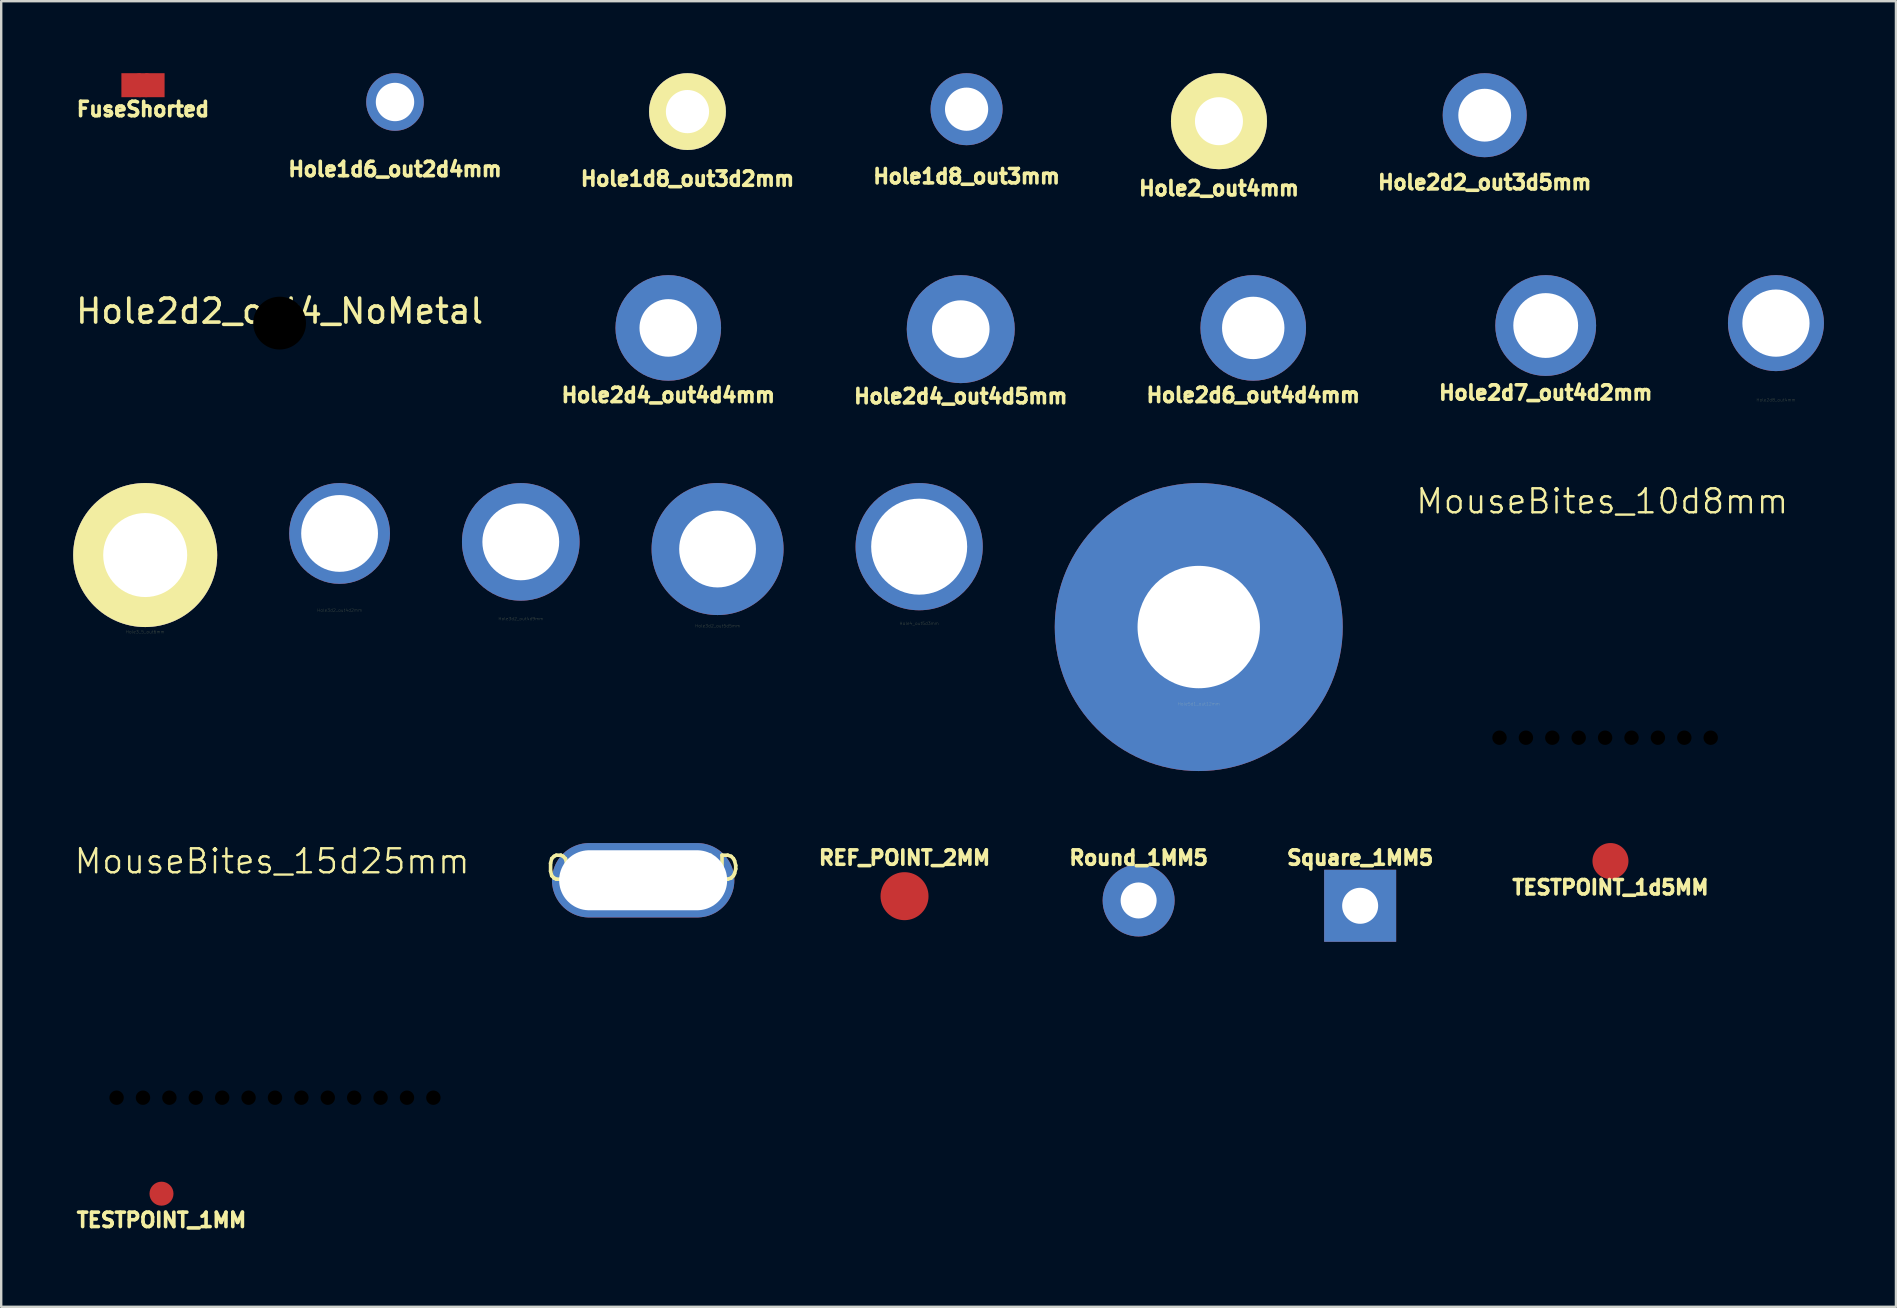
<source format=kicad_pcb>
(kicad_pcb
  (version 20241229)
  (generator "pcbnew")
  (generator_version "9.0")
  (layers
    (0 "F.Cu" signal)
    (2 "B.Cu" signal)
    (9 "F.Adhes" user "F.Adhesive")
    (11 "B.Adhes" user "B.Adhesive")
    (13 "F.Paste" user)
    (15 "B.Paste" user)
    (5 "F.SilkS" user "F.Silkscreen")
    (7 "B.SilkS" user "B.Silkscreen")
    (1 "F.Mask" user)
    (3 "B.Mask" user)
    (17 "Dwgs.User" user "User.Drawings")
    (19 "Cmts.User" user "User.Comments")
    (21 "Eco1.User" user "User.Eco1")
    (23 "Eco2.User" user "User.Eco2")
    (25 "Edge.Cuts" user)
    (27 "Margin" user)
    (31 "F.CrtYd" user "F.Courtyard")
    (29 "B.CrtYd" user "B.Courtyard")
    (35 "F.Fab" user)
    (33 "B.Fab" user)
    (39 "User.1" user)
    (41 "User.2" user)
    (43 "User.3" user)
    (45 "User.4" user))
  (footprint "Hole2d4_out4d5mm"
    (layer "F.Cu")
    (at 36.983 10.664)
    (property "Reference" "Hole2d4_out4d5mm" (at 0 2.8 0) (layer "F.SilkS") (effects (font (size 0.6 0.6) (thickness 0.15))))
    (attr through_hole)
    (pad "H" thru_hole circle (at 0 0) (size 4.5 4.5) (drill 2.4) (layers "*.Cu" "*.Mask")))
  (footprint "TESTPOINT_1MM"
    (layer "F.Cu")
    (at 3.679 46.689)
    (property "Reference" "TESTPOINT_1MM" (at 0 1.1 0) (layer "F.SilkS") (effects (font (size 0.6 0.6) (thickness 0.15))))
    (attr through_hole)
    (pad "1" smd circle (at 0 0) (size 1 1) (layers "F.Cu" "F.Mask")))
  (footprint "MouseBites_15d25mm"
    (layer "F.Cu")
    (at 8.408 42.689)
    (property "Reference" "MouseBites_15d25mm" (at -0.12 -9.85 0) (unlocked yes) (layer "F.SilkS") (effects (font (size 1 1) (thickness 0.1))))
    (pad "" np_thru_hole circle (at -6.6 0) (size 1 1) (drill 0.6) (layers "*.Mask"))
    (pad "" np_thru_hole circle (at -5.5 0) (size 1 1) (drill 0.6) (layers "*.Mask"))
    (pad "" np_thru_hole circle (at -4.4 0) (size 1 1) (drill 0.6) (layers "*.Mask"))
    (pad "" np_thru_hole circle (at -3.3 0) (size 1 1) (drill 0.6) (layers "*.Mask"))
    (pad "" np_thru_hole circle (at -2.2 0) (size 1 1) (drill 0.6) (layers "*.Mask"))
    (pad "" np_thru_hole circle (at -1.1 0) (size 1 1) (drill 0.6) (layers "*.Mask"))
    (pad "" np_thru_hole circle (at 0 0) (size 1 1) (drill 0.6) (layers "*.Mask"))
    (pad "" np_thru_hole circle (at 1.1 0) (size 1 1) (drill 0.6) (layers "*.Mask"))
    (pad "" np_thru_hole circle (at 2.2 0) (size 1 1) (drill 0.6) (layers "*.Mask"))
    (pad "" np_thru_hole circle (at 3.3 0) (size 1 1) (drill 0.6) (layers "*.Mask"))
    (pad "" np_thru_hole circle (at 4.4 0) (size 1 1) (drill 0.6) (layers "*.Mask"))
    (pad "" np_thru_hole circle (at 5.5 0) (size 1 1) (drill 0.6) (layers "*.Mask"))
    (pad "" np_thru_hole circle (at 6.6 0) (size 1 1) (drill 0.6) (layers "*.Mask")))
  (footprint "Hole2d8_out4mm"
    (layer "F.Cu")
    (at 70.951 10.414)
    (property "Reference" "Hole2d8_out4mm" (at 0 3.2 0) (layer "F.SilkS") (effects (font (size 0.127 0.127) (thickness 0.003))))
    (attr through_hole)
    (pad "H" thru_hole circle (at 0 0) (size 4 4) (drill 2.8) (layers "*.Cu" "*.Mask")))
  (footprint "Hole1d8_out3d2mm"
    (layer "F.Cu")
    (at 25.596 1.6)
    (property "Reference" "Hole1d8_out3d2mm" (at 0 2.8 0) (layer "F.SilkS") (effects (font (size 0.6 0.6) (thickness 0.15))))
    (attr through_hole)
    (pad "H" thru_hole circle (at 0 0) (size 3.2 3.2) (drill 1.8) (layers "*.Cu" "*.Mask" "F.SilkS")))
  (footprint "Hole2d6_out4d4mm"
    (layer "F.Cu")
    (at 49.17 10.614)
    (property "Reference" "Hole2d6_out4d4mm" (at 0 2.8 0) (layer "F.SilkS") (effects (font (size 0.6 0.6) (thickness 0.15))))
    (attr through_hole)
    (pad "H" thru_hole circle (at 0 0) (size 4.4 4.4) (drill 2.6) (layers "*.Cu" "*.Mask")))
  (footprint "Hole2_out4mm"
    (layer "F.Cu")
    (at 47.742 2)
    (property "Reference" "Hole2_out4mm" (at 0 2.8 0) (layer "F.SilkS") (effects (font (size 0.6 0.6) (thickness 0.15))))
    (attr through_hole)
    (pad "H" thru_hole circle (at 0 0) (size 4 4) (drill 2) (layers "*.Cu" "*.Mask" "F.SilkS")))
  (footprint "Square_1MM5"
    (layer "F.Cu")
    (at 53.625 34.693)
    (property "Reference" "Square_1MM5" (at 0 -2 0) (layer "F.SilkS") (effects (font (size 0.6 0.6) (thickness 0.15))))
    (attr through_hole)
    (pad "1" thru_hole rect (at 0 0) (size 3 3) (drill 1.5) (layers "*.Cu" "*.Mask")))
  (footprint "MouseBites_10d8mm"
    (layer "F.Cu")
    (at 63.832 27.689)
    (property "Reference" "MouseBites_10d8mm" (at -0.12 -9.85 0) (unlocked yes) (layer "F.SilkS") (effects (font (size 1 1) (thickness 0.1))))
    (pad "" np_thru_hole circle (at -4.4 0) (size 1 1) (drill 0.6) (layers "*.Mask"))
    (pad "" np_thru_hole circle (at -3.3 0) (size 1 1) (drill 0.6) (layers "*.Mask"))
    (pad "" np_thru_hole circle (at -2.2 0) (size 1 1) (drill 0.6) (layers "*.Mask"))
    (pad "" np_thru_hole circle (at -1.1 0) (size 1 1) (drill 0.6) (layers "*.Mask"))
    (pad "" np_thru_hole circle (at 0 0) (size 1 1) (drill 0.6) (layers "*.Mask"))
    (pad "" np_thru_hole circle (at 1.1 0) (size 1 1) (drill 0.6) (layers "*.Mask"))
    (pad "" np_thru_hole circle (at 2.2 0) (size 1 1) (drill 0.6) (layers "*.Mask"))
    (pad "" np_thru_hole circle (at 3.3 0) (size 1 1) (drill 0.6) (layers "*.Mask"))
    (pad "" np_thru_hole circle (at 4.4 0) (size 1 1) (drill 0.6) (layers "*.Mask")))
  (footprint "Hole4_out5d3mm"
    (layer "F.Cu")
    (at 35.25 19.729)
    (property "Reference" "Hole4_out5d3mm" (at 0 3.2 0) (layer "F.SilkS") (effects (font (size 0.127 0.127) (thickness 0.003))))
    (attr through_hole)
    (pad "H" thru_hole circle (at 0 0) (size 5.3 5.3) (drill 4) (layers "*.Cu" "*.Mask")))
  (footprint "TESTPOINT_1d5MM"
    (layer "F.Cu")
    (at 64.055 32.828)
    (property "Reference" "TESTPOINT_1d5MM" (at 0 1.1 0) (layer "F.SilkS") (effects (font (size 0.6 0.6) (thickness 0.15))))
    (attr through_hole)
    (pad "1" smd circle (at 0 0) (size 1.5 1.5) (layers "F.Cu" "F.Mask")))
  (footprint "Hole3_5_out6mm"
    (layer "F.Cu")
    (at 3 20.078)
    (property "Reference" "Hole3_5_out6mm" (at 0 3.2 0) (layer "F.SilkS") (effects (font (size 0.127 0.127) (thickness 0.003))))
    (attr through_hole)
    (pad "H" thru_hole circle (at 0 0) (size 6 6) (drill 3.5) (layers "*.Cu" "*.Mask" "F.SilkS")))
  (footprint "REF_POINT_2MM"
    (layer "F.Cu")
    (at 34.64 34.292)
    (property "Reference" "REF_POINT_2MM" (at 0 -1.6 0) (layer "F.SilkS") (effects (font (size 0.599 0.599) (thickness 0.15))))
    (attr through_hole)
    (pad "REF" smd circle (at 0 0) (size 2 2) (layers "F.Cu" "F.Mask")))
  (footprint "Hole2d2_out3d5mm"
    (layer "F.Cu")
    (at 58.815 1.75)
    (property "Reference" "Hole2d2_out3d5mm" (at 0 2.8 0) (layer "F.SilkS") (effects (font (size 0.6 0.6) (thickness 0.15))))
    (attr through_hole)
    (pad "H" thru_hole circle (at 0 0) (size 3.5 3.5) (drill 2.2) (layers "*.Cu" "*.Mask")))
  (footprint "Hole3d2_out4d2mm"
    (layer "F.Cu")
    (at 11.1 19.178)
    (property "Reference" "Hole3d2_out4d2mm" (at 0 3.2 0) (layer "F.SilkS") (effects (font (size 0.127 0.127) (thickness 0.003))))
    (attr through_hole)
    (pad "H" thru_hole circle (at 0 0) (size 4.2 4.2) (drill 3.2) (layers "*.Cu" "*.Mask")))
  (footprint "Hole2d2_out4_NoMetal"
    (layer "F.Cu")
    (at 8.601 10.414)
    (property "Reference" "Hole2d2_out4_NoMetal" (at 0 -0.5 0) (unlocked yes) (layer "F.SilkS") (effects (font (size 1 1) (thickness 0.15))))
    (attr through_hole)
    (pad "" np_thru_hole circle (at 0 0) (size 4 4) (drill 2.2) (layers "*.Mask")))
  (footprint "Hole2d7_out4d2mm"
    (layer "F.Cu")
    (at 61.357 10.514)
    (property "Reference" "Hole2d7_out4d2mm" (at 0 2.8 0) (layer "F.SilkS") (effects (font (size 0.6 0.6) (thickness 0.15))))
    (attr through_hole)
    (pad "H" thru_hole circle (at 0 0) (size 4.2 4.2) (drill 2.7) (layers "*.Cu" "*.Mask")))
  (footprint "Hole1d6_out2d4mm"
    (layer "F.Cu")
    (at 13.409 1.2)
    (property "Reference" "Hole1d6_out2d4mm" (at 0 2.8 0) (layer "F.SilkS") (effects (font (size 0.6 0.6) (thickness 0.15))))
    (attr through_hole)
    (pad "H" thru_hole circle (at 0 0) (size 2.4 2.4) (drill 1.6) (layers "*.Cu" "*.Mask")))
  (footprint "Hole3d2_out4d9mm"
    (layer "F.Cu")
    (at 18.65 19.529)
    (property "Reference" "Hole3d2_out4d9mm" (at 0 3.2 0) (layer "F.SilkS") (effects (font (size 0.127 0.127) (thickness 0.003))))
    (attr through_hole)
    (pad "H" thru_hole circle (at 0 0) (size 4.9 4.9) (drill 3.2) (layers "*.Cu" "*.Mask")))
  (footprint "FuseShorted"
    (layer "F.Cu")
    (at 2.908 0.5)
    (property "Reference" "FuseShorted" (at 0 1 0) (layer "F.SilkS") (effects (font (size 0.6 0.6) (thickness 0.15))))
    (attr through_hole)
    (fp_line (start -0.1 0) (end 0.1 0) (stroke (width 1) (type solid)) (layer "F.Cu"))
    (pad "1" smd rect (at -0.5 0) (size 0.8 1) (layers "F.Cu"))
    (pad "2" smd rect (at 0.5 0) (size 0.8 1) (layers "F.Cu")))
  (footprint "Hole1d8_out3mm"
    (layer "F.Cu")
    (at 37.226 1.5)
    (property "Reference" "Hole1d8_out3mm" (at 0 2.8 0) (layer "F.SilkS") (effects (font (size 0.6 0.6) (thickness 0.15))))
    (attr through_hole)
    (pad "H" thru_hole circle (at 0 0) (size 3 3) (drill 1.8) (layers "*.Cu" "*.Mask")))
  (footprint "Hole5d1_out12mm"
    (layer "F.Cu")
    (at 46.9 23.078)
    (property "Reference" "Hole5d1_out12mm" (at 0 3.2 0) (layer "F.SilkS") (effects (font (size 0.127 0.127) (thickness 0.003))))
    (attr through_hole)
    (pad "H" thru_hole circle (at 0 0) (size 12 12) (drill 5.1) (layers "*.Cu" "*.Mask")))
  (footprint "Hole3d2_out5d5mm"
    (layer "F.Cu")
    (at 26.85 19.828)
    (property "Reference" "Hole3d2_out5d5mm" (at 0 3.2 0) (layer "F.SilkS") (effects (font (size 0.127 0.127) (thickness 0.003))))
    (attr through_hole)
    (pad "H" thru_hole circle (at 0 0) (size 5.5 5.5) (drill 3.2) (layers "*.Cu" "*.Mask")))
  (footprint "Round_1MM5"
    (layer "F.Cu")
    (at 44.395 34.471)
    (property "Reference" "Round_1MM5" (at 0 -1.778 0) (layer "F.SilkS") (effects (font (size 0.6 0.6) (thickness 0.15))))
    (attr through_hole)
    (pad "1" thru_hole circle (at 0 0) (size 3 3) (drill 1.5) (layers "*.Cu" "*.Mask")))
  (footprint "OSCIL_GND"
    (layer "F.Cu")
    (at 23.749 33.629)
    (property "Reference" "OSCIL_GND" (at 0 -0.5 0) (unlocked yes) (layer "F.SilkS") (effects (font (size 1 1) (thickness 0.15))))
    (attr through_hole)
    (pad "1" thru_hole oval (at 0 0) (size 7.6 3.1) (drill oval 7 2.5) (layers "*.Cu" "*.Mask")))
  (footprint "Hole2d4_out4d4mm"
    (layer "F.Cu")
    (at 24.796 10.614)
    (property "Reference" "Hole2d4_out4d4mm" (at 0 2.8 0) (layer "F.SilkS") (effects (font (size 0.6 0.6) (thickness 0.15))))
    (attr through_hole)
    (pad "H" thru_hole circle (at 0 0) (size 4.4 4.4) (drill 2.4) (layers "*.Cu" "*.Mask")))
  (gr_rect
    (start -3 -3)
    (end 75.951 51.403)
    (stroke (width 0.1) (type default))
    (fill no)
    (layer "Edge.Cuts")))
</source>
